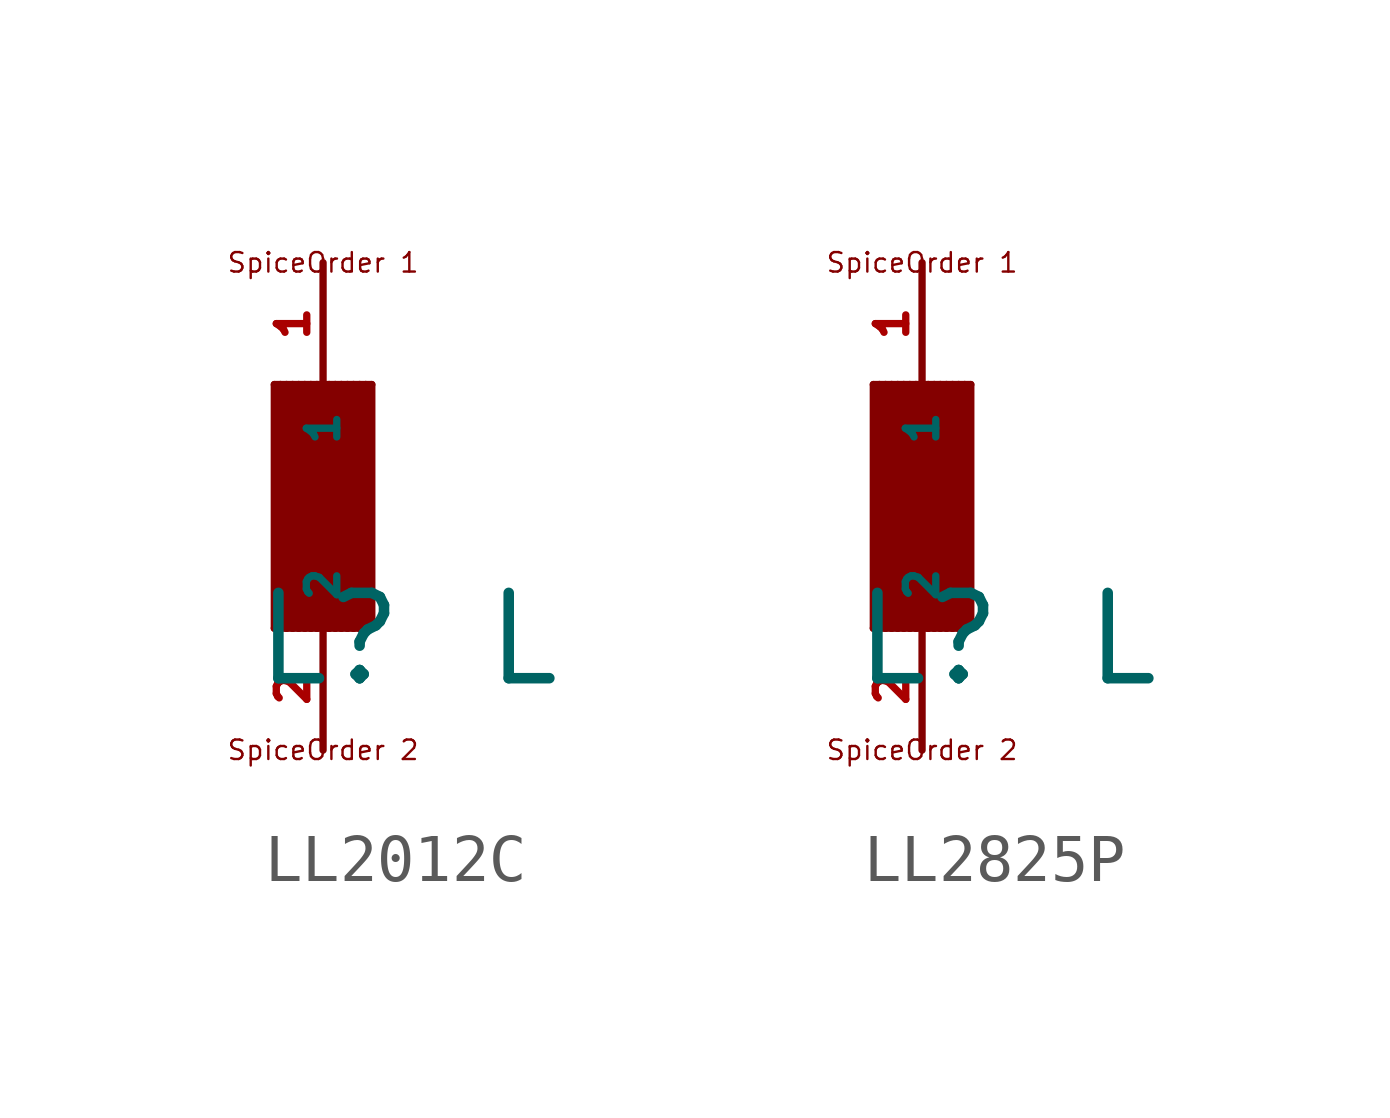
<source format=kicad_sym>
(kicad_symbol_lib
  (version 20220914)
  (generator Eagle2Kicad)
  (symbol "LL2012C"
    (property "Reference" "L"
      (at -1.499 -3.81 0)
      (effects (font (size 1.778 1.778) (thickness 0.22)) (justify left bottom)))
    (property "Value" "L"
      (at 3.302 -3.81 0)
      (effects (font (size 1.778 1.778) (thickness 0.22)) (justify left bottom)))
    (polyline
      (pts (xy -1.016 2.54) (xy -0.889 2.54))
      (stroke (width 0.152) (type default))
      (fill (type none)))
    (polyline
      (pts (xy -0.889 2.54) (xy -0.762 2.54))
      (stroke (width 0.152) (type default))
      (fill (type none)))
    (polyline
      (pts (xy -0.762 2.54) (xy -0.635 2.54))
      (stroke (width 0.152) (type default))
      (fill (type none)))
    (polyline
      (pts (xy -0.635 2.54) (xy -0.508 2.54))
      (stroke (width 0.152) (type default))
      (fill (type none)))
    (polyline
      (pts (xy -0.508 2.54) (xy -0.381 2.54))
      (stroke (width 0.152) (type default))
      (fill (type none)))
    (polyline
      (pts (xy -0.381 2.54) (xy -0.254 2.54))
      (stroke (width 0.152) (type default))
      (fill (type none)))
    (polyline
      (pts (xy -0.254 2.54) (xy -0.127 2.54))
      (stroke (width 0.152) (type default))
      (fill (type none)))
    (polyline
      (pts (xy -0.127 2.54) (xy 0 2.54))
      (stroke (width 0.152) (type default))
      (fill (type none)))
    (polyline
      (pts (xy 0 2.54) (xy 0.127 2.54))
      (stroke (width 0.152) (type default))
      (fill (type none)))
    (polyline
      (pts (xy 0.127 2.54) (xy 0.254 2.54))
      (stroke (width 0.152) (type default))
      (fill (type none)))
    (polyline
      (pts (xy 0.254 2.54) (xy 0.381 2.54))
      (stroke (width 0.152) (type default))
      (fill (type none)))
    (polyline
      (pts (xy 0.381 2.54) (xy 0.508 2.54))
      (stroke (width 0.152) (type default))
      (fill (type none)))
    (polyline
      (pts (xy 0.508 2.54) (xy 0.635 2.54))
      (stroke (width 0.152) (type default))
      (fill (type none)))
    (polyline
      (pts (xy 0.635 2.54) (xy 0.762 2.54))
      (stroke (width 0.152) (type default))
      (fill (type none)))
    (polyline
      (pts (xy 0.762 2.54) (xy 0.889 2.54))
      (stroke (width 0.152) (type default))
      (fill (type none)))
    (polyline
      (pts (xy 0.889 2.54) (xy 1.016 2.54))
      (stroke (width 0.152) (type default))
      (fill (type none)))
    (polyline
      (pts (xy 1.016 2.54) (xy 1.016 -2.54))
      (stroke (width 0.152) (type default))
      (fill (type none)))
    (polyline
      (pts (xy 1.016 -2.54) (xy 0.889 -2.54))
      (stroke (width 0.152) (type default))
      (fill (type none)))
    (polyline
      (pts (xy 0.889 -2.54) (xy 0.762 -2.54))
      (stroke (width 0.152) (type default))
      (fill (type none)))
    (polyline
      (pts (xy 0.762 -2.54) (xy 0.635 -2.54))
      (stroke (width 0.152) (type default))
      (fill (type none)))
    (polyline
      (pts (xy 0.635 -2.54) (xy 0.508 -2.54))
      (stroke (width 0.152) (type default))
      (fill (type none)))
    (polyline
      (pts (xy 0.508 -2.54) (xy 0.381 -2.54))
      (stroke (width 0.152) (type default))
      (fill (type none)))
    (polyline
      (pts (xy 0.381 -2.54) (xy 0.254 -2.54))
      (stroke (width 0.152) (type default))
      (fill (type none)))
    (polyline
      (pts (xy 0.254 -2.54) (xy 0.127 -2.54))
      (stroke (width 0.152) (type default))
      (fill (type none)))
    (polyline
      (pts (xy 0.127 -2.54) (xy 0 -2.54))
      (stroke (width 0.152) (type default))
      (fill (type none)))
    (polyline
      (pts (xy 0 -2.54) (xy -0.127 -2.54))
      (stroke (width 0.152) (type default))
      (fill (type none)))
    (polyline
      (pts (xy -0.127 -2.54) (xy -0.254 -2.54))
      (stroke (width 0.152) (type default))
      (fill (type none)))
    (polyline
      (pts (xy -0.254 -2.54) (xy -0.381 -2.54))
      (stroke (width 0.152) (type default))
      (fill (type none)))
    (polyline
      (pts (xy -0.381 -2.54) (xy -0.508 -2.54))
      (stroke (width 0.152) (type default))
      (fill (type none)))
    (polyline
      (pts (xy -0.508 -2.54) (xy -0.635 -2.54))
      (stroke (width 0.152) (type default))
      (fill (type none)))
    (polyline
      (pts (xy -0.635 -2.54) (xy -0.762 -2.54))
      (stroke (width 0.152) (type default))
      (fill (type none)))
    (polyline
      (pts (xy -0.762 -2.54) (xy -0.889 -2.54))
      (stroke (width 0.152) (type default))
      (fill (type none)))
    (polyline
      (pts (xy -0.889 -2.54) (xy -1.016 -2.54))
      (stroke (width 0.152) (type default))
      (fill (type none)))
    (polyline
      (pts (xy 0.889 2.54) (xy 0.889 -2.54))
      (stroke (width 0.152) (type default))
      (fill (type none)))
    (polyline
      (pts (xy 0.762 2.54) (xy 0.762 -2.54))
      (stroke (width 0.152) (type default))
      (fill (type none)))
    (polyline
      (pts (xy 0.635 2.54) (xy 0.635 -2.54))
      (stroke (width 0.152) (type default))
      (fill (type none)))
    (polyline
      (pts (xy 0.508 2.54) (xy 0.508 -2.54))
      (stroke (width 0.152) (type default))
      (fill (type none)))
    (polyline
      (pts (xy 0.381 2.54) (xy 0.381 -2.54))
      (stroke (width 0.152) (type default))
      (fill (type none)))
    (polyline
      (pts (xy 0.254 2.54) (xy 0.254 -2.54))
      (stroke (width 0.152) (type default))
      (fill (type none)))
    (polyline
      (pts (xy 0.127 2.54) (xy 0.127 -2.54))
      (stroke (width 0.152) (type default))
      (fill (type none)))
    (polyline
      (pts (xy 0 2.54) (xy 0 -2.54))
      (stroke (width 0.152) (type default))
      (fill (type none)))
    (polyline
      (pts (xy -0.127 2.54) (xy -0.127 -2.54))
      (stroke (width 0.152) (type default))
      (fill (type none)))
    (polyline
      (pts (xy -0.254 2.54) (xy -0.254 -2.54))
      (stroke (width 0.152) (type default))
      (fill (type none)))
    (polyline
      (pts (xy -0.381 2.54) (xy -0.381 -2.54))
      (stroke (width 0.152) (type default))
      (fill (type none)))
    (polyline
      (pts (xy -0.508 2.54) (xy -0.508 -2.54))
      (stroke (width 0.152) (type default))
      (fill (type none)))
    (polyline
      (pts (xy -0.635 2.54) (xy -0.635 -2.54))
      (stroke (width 0.152) (type default))
      (fill (type none)))
    (polyline
      (pts (xy -0.762 2.54) (xy -0.762 -2.54))
      (stroke (width 0.152) (type default))
      (fill (type none)))
    (polyline
      (pts (xy -0.889 2.54) (xy -0.889 -2.54))
      (stroke (width 0.152) (type default))
      (fill (type none)))
    (polyline
      (pts (xy -1.016 2.54) (xy -1.016 -2.54))
      (stroke (width 0.152) (type default))
      (fill (type none)))
    (text "SpiceOrder 1"
      (at 0 5.08 0)
      (effects (font (size 0.406 0.406) (thickness 0.05))))
    (text "SpiceOrder 2"
      (at 0 -5.08 0)
      (effects (font (size 0.406 0.406) (thickness 0.05))))
    (pin passive line
      (at 0 5.08 270)
      (length 2.54)
      (name "1" (effects (font (size 0.635 0.635) (thickness 0.08)) (justify left bottom)))
      (number "1" (effects (font (size 0.635 0.635) (thickness 0.08)) (justify left bottom))))
    (pin passive line
      (at 0 -5.08 90)
      (length 2.54)
      (name "2" (effects (font (size 0.635 0.635) (thickness 0.08)) (justify left bottom)))
      (number "2" (effects (font (size 0.635 0.635) (thickness 0.08)) (justify left bottom)))))
  (symbol "LL2825P"
    (property "Reference" "L"
      (at -1.499 -3.81 0)
      (effects (font (size 1.778 1.778) (thickness 0.22)) (justify left bottom)))
    (property "Value" "L"
      (at 3.302 -3.81 0)
      (effects (font (size 1.778 1.778) (thickness 0.22)) (justify left bottom)))
    (polyline
      (pts (xy -1.016 2.54) (xy -0.889 2.54))
      (stroke (width 0.152) (type default))
      (fill (type none)))
    (polyline
      (pts (xy -0.889 2.54) (xy -0.762 2.54))
      (stroke (width 0.152) (type default))
      (fill (type none)))
    (polyline
      (pts (xy -0.762 2.54) (xy -0.635 2.54))
      (stroke (width 0.152) (type default))
      (fill (type none)))
    (polyline
      (pts (xy -0.635 2.54) (xy -0.508 2.54))
      (stroke (width 0.152) (type default))
      (fill (type none)))
    (polyline
      (pts (xy -0.508 2.54) (xy -0.381 2.54))
      (stroke (width 0.152) (type default))
      (fill (type none)))
    (polyline
      (pts (xy -0.381 2.54) (xy -0.254 2.54))
      (stroke (width 0.152) (type default))
      (fill (type none)))
    (polyline
      (pts (xy -0.254 2.54) (xy -0.127 2.54))
      (stroke (width 0.152) (type default))
      (fill (type none)))
    (polyline
      (pts (xy -0.127 2.54) (xy 0 2.54))
      (stroke (width 0.152) (type default))
      (fill (type none)))
    (polyline
      (pts (xy 0 2.54) (xy 0.127 2.54))
      (stroke (width 0.152) (type default))
      (fill (type none)))
    (polyline
      (pts (xy 0.127 2.54) (xy 0.254 2.54))
      (stroke (width 0.152) (type default))
      (fill (type none)))
    (polyline
      (pts (xy 0.254 2.54) (xy 0.381 2.54))
      (stroke (width 0.152) (type default))
      (fill (type none)))
    (polyline
      (pts (xy 0.381 2.54) (xy 0.508 2.54))
      (stroke (width 0.152) (type default))
      (fill (type none)))
    (polyline
      (pts (xy 0.508 2.54) (xy 0.635 2.54))
      (stroke (width 0.152) (type default))
      (fill (type none)))
    (polyline
      (pts (xy 0.635 2.54) (xy 0.762 2.54))
      (stroke (width 0.152) (type default))
      (fill (type none)))
    (polyline
      (pts (xy 0.762 2.54) (xy 0.889 2.54))
      (stroke (width 0.152) (type default))
      (fill (type none)))
    (polyline
      (pts (xy 0.889 2.54) (xy 1.016 2.54))
      (stroke (width 0.152) (type default))
      (fill (type none)))
    (polyline
      (pts (xy 1.016 2.54) (xy 1.016 -2.54))
      (stroke (width 0.152) (type default))
      (fill (type none)))
    (polyline
      (pts (xy 1.016 -2.54) (xy 0.889 -2.54))
      (stroke (width 0.152) (type default))
      (fill (type none)))
    (polyline
      (pts (xy 0.889 -2.54) (xy 0.762 -2.54))
      (stroke (width 0.152) (type default))
      (fill (type none)))
    (polyline
      (pts (xy 0.762 -2.54) (xy 0.635 -2.54))
      (stroke (width 0.152) (type default))
      (fill (type none)))
    (polyline
      (pts (xy 0.635 -2.54) (xy 0.508 -2.54))
      (stroke (width 0.152) (type default))
      (fill (type none)))
    (polyline
      (pts (xy 0.508 -2.54) (xy 0.381 -2.54))
      (stroke (width 0.152) (type default))
      (fill (type none)))
    (polyline
      (pts (xy 0.381 -2.54) (xy 0.254 -2.54))
      (stroke (width 0.152) (type default))
      (fill (type none)))
    (polyline
      (pts (xy 0.254 -2.54) (xy 0.127 -2.54))
      (stroke (width 0.152) (type default))
      (fill (type none)))
    (polyline
      (pts (xy 0.127 -2.54) (xy 0 -2.54))
      (stroke (width 0.152) (type default))
      (fill (type none)))
    (polyline
      (pts (xy 0 -2.54) (xy -0.127 -2.54))
      (stroke (width 0.152) (type default))
      (fill (type none)))
    (polyline
      (pts (xy -0.127 -2.54) (xy -0.254 -2.54))
      (stroke (width 0.152) (type default))
      (fill (type none)))
    (polyline
      (pts (xy -0.254 -2.54) (xy -0.381 -2.54))
      (stroke (width 0.152) (type default))
      (fill (type none)))
    (polyline
      (pts (xy -0.381 -2.54) (xy -0.508 -2.54))
      (stroke (width 0.152) (type default))
      (fill (type none)))
    (polyline
      (pts (xy -0.508 -2.54) (xy -0.635 -2.54))
      (stroke (width 0.152) (type default))
      (fill (type none)))
    (polyline
      (pts (xy -0.635 -2.54) (xy -0.762 -2.54))
      (stroke (width 0.152) (type default))
      (fill (type none)))
    (polyline
      (pts (xy -0.762 -2.54) (xy -0.889 -2.54))
      (stroke (width 0.152) (type default))
      (fill (type none)))
    (polyline
      (pts (xy -0.889 -2.54) (xy -1.016 -2.54))
      (stroke (width 0.152) (type default))
      (fill (type none)))
    (polyline
      (pts (xy 0.889 2.54) (xy 0.889 -2.54))
      (stroke (width 0.152) (type default))
      (fill (type none)))
    (polyline
      (pts (xy 0.762 2.54) (xy 0.762 -2.54))
      (stroke (width 0.152) (type default))
      (fill (type none)))
    (polyline
      (pts (xy 0.635 2.54) (xy 0.635 -2.54))
      (stroke (width 0.152) (type default))
      (fill (type none)))
    (polyline
      (pts (xy 0.508 2.54) (xy 0.508 -2.54))
      (stroke (width 0.152) (type default))
      (fill (type none)))
    (polyline
      (pts (xy 0.381 2.54) (xy 0.381 -2.54))
      (stroke (width 0.152) (type default))
      (fill (type none)))
    (polyline
      (pts (xy 0.254 2.54) (xy 0.254 -2.54))
      (stroke (width 0.152) (type default))
      (fill (type none)))
    (polyline
      (pts (xy 0.127 2.54) (xy 0.127 -2.54))
      (stroke (width 0.152) (type default))
      (fill (type none)))
    (polyline
      (pts (xy 0 2.54) (xy 0 -2.54))
      (stroke (width 0.152) (type default))
      (fill (type none)))
    (polyline
      (pts (xy -0.127 2.54) (xy -0.127 -2.54))
      (stroke (width 0.152) (type default))
      (fill (type none)))
    (polyline
      (pts (xy -0.254 2.54) (xy -0.254 -2.54))
      (stroke (width 0.152) (type default))
      (fill (type none)))
    (polyline
      (pts (xy -0.381 2.54) (xy -0.381 -2.54))
      (stroke (width 0.152) (type default))
      (fill (type none)))
    (polyline
      (pts (xy -0.508 2.54) (xy -0.508 -2.54))
      (stroke (width 0.152) (type default))
      (fill (type none)))
    (polyline
      (pts (xy -0.635 2.54) (xy -0.635 -2.54))
      (stroke (width 0.152) (type default))
      (fill (type none)))
    (polyline
      (pts (xy -0.762 2.54) (xy -0.762 -2.54))
      (stroke (width 0.152) (type default))
      (fill (type none)))
    (polyline
      (pts (xy -0.889 2.54) (xy -0.889 -2.54))
      (stroke (width 0.152) (type default))
      (fill (type none)))
    (polyline
      (pts (xy -1.016 2.54) (xy -1.016 -2.54))
      (stroke (width 0.152) (type default))
      (fill (type none)))
    (text "SpiceOrder 1"
      (at 0 5.08 0)
      (effects (font (size 0.406 0.406) (thickness 0.05))))
    (text "SpiceOrder 2"
      (at 0 -5.08 0)
      (effects (font (size 0.406 0.406) (thickness 0.05))))
    (pin passive line
      (at 0 5.08 270)
      (length 2.54)
      (name "1" (effects (font (size 0.635 0.635) (thickness 0.08)) (justify left bottom)))
      (number "1" (effects (font (size 0.635 0.635) (thickness 0.08)) (justify left bottom))))
    (pin passive line
      (at 0 -5.08 90)
      (length 2.54)
      (name "2" (effects (font (size 0.635 0.635) (thickness 0.08)) (justify left bottom)))
      (number "2" (effects (font (size 0.635 0.635) (thickness 0.08)) (justify left bottom))))))
</source>
